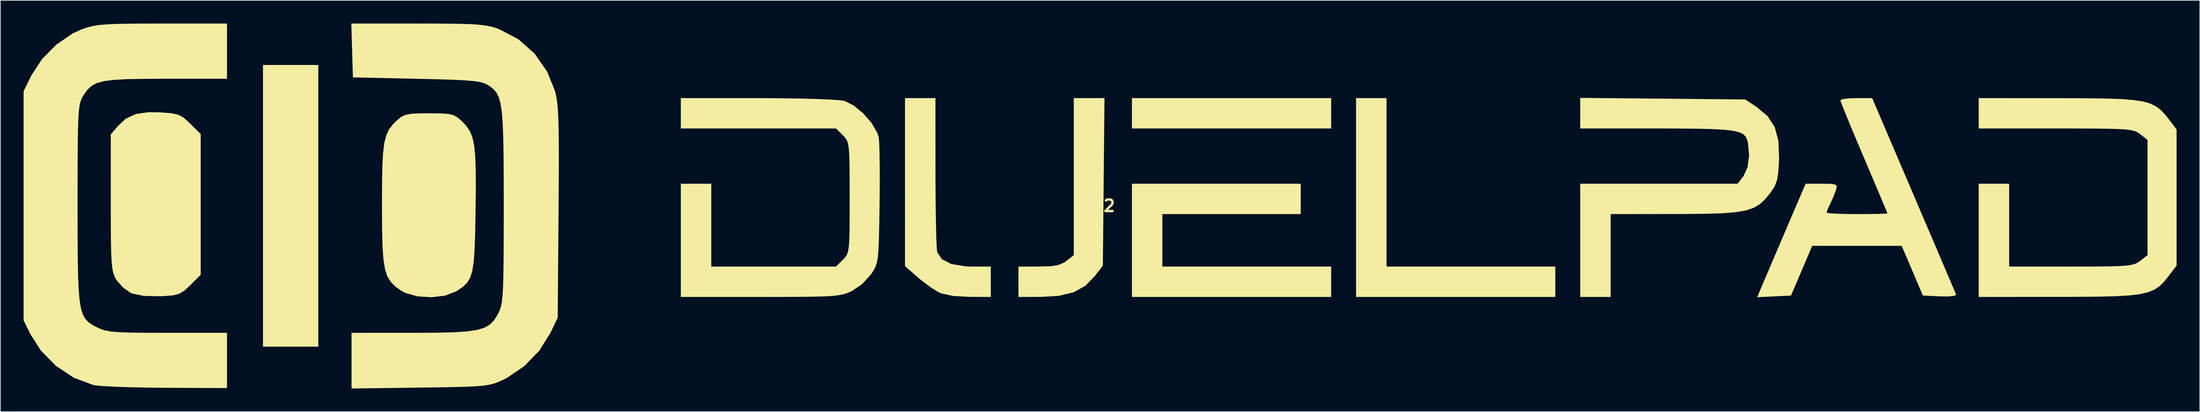
<source format=kicad_pcb>
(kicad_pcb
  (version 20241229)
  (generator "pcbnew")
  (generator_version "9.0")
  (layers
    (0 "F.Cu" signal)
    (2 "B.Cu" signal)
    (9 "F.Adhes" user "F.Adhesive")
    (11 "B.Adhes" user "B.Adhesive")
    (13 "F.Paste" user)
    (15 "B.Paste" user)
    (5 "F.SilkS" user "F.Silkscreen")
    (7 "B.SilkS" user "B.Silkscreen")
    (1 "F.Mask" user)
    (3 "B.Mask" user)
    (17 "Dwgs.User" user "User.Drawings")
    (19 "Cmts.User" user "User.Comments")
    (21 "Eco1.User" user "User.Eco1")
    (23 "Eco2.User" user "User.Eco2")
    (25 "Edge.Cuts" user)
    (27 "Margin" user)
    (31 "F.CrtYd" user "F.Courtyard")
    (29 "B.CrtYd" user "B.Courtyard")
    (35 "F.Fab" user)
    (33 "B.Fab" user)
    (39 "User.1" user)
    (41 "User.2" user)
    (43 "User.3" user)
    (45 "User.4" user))
  (footprint "dp2"
    (layer "F.Cu")
    (at 138.985 23.611)
    (property "Reference" "dp2" (at 0 0 0) (layer "F.SilkS") (effects (font (size 1.5 1.5) (thickness 0.3))))
    (attr board_only exclude_from_pos_files exclude_from_bom)
    (fp_poly (pts (xy -100.885 0) (xy -100.885 18.245) (xy -104.462 18.245) (xy -108.039 18.245) (xy -108.039 0) (xy -108.039 -18.245) (xy -104.462 -18.245) (xy -100.885 -18.245)) (stroke (width 0) (type solid)) (fill yes) (layer "F.SilkS"))
    (fp_poly (pts (xy 30.051 -11.985) (xy 30.051 -10.017) (xy 17.172 -10.017) (xy 4.293 -10.017) (xy 4.293 -11.985) (xy 4.293 -13.952) (xy 17.172 -13.952) (xy 30.051 -13.952)) (stroke (width 0) (type solid)) (fill yes) (layer "F.SilkS"))
    (fp_poly (pts (xy 37.206 -3.041) (xy 37.206 7.87) (xy 48.117 7.87) (xy 59.028 7.87) (xy 59.028 9.838) (xy 59.028 11.806) (xy 46.149 11.806) (xy 33.27 11.806) (xy 33.27 -1.073) (xy 33.27 -13.952) (xy 35.238 -13.952) (xy 37.206 -13.952)) (stroke (width 0) (type solid)) (fill yes) (layer "F.SilkS"))
    (fp_poly (pts (xy 26.115 -0.894) (xy 26.115 1.073) (xy 17.172 1.073) (xy 8.228 1.073) (xy 8.228 4.472) (xy 8.228 7.87) (xy 19.139 7.87) (xy 30.051 7.87) (xy 30.051 9.838) (xy 30.051 11.806) (xy 17.172 11.806) (xy 4.293 11.806) (xy 4.293 4.472) (xy 4.293 -2.862) (xy 15.204 -2.862) (xy 26.115 -2.862)) (stroke (width 0) (type solid)) (fill yes) (layer "F.SilkS"))
    (fp_poly (pts (xy 0.641 -3.102) (xy 0.537 7.749) (xy -0.495 9.101) (xy -1.731 10.366) (xy -3.242 11.203) (xy -5.159 11.664) (xy -7.423 11.798) (xy -10.375 11.806) (xy -10.375 9.838) (xy -10.375 7.87) (xy -7.74 7.87) (xy -6.225 7.827) (xy -5.207 7.668) (xy -4.472 7.348) (xy -4.162 7.129) (xy -3.22 6.388) (xy -3.22 -3.782) (xy -3.22 -13.952) (xy -1.237 -13.952) (xy 0.745 -13.952)) (stroke (width 0) (type solid)) (fill yes) (layer "F.SilkS"))
    (fp_poly (pts (xy -21.102 -4.382) (xy -21.093 -1.797) (xy -21.069 0.586) (xy -21.033 2.662) (xy -20.987 4.328) (xy -20.934 5.481) (xy -20.878 6.007) (xy -20.27 6.928) (xy -19.038 7.544) (xy -17.212 7.842) (xy -16.295 7.87) (xy -13.952 7.87) (xy -13.952 9.838) (xy -13.952 11.806) (xy -16.725 11.797) (xy -18.812 11.682) (xy -20.323 11.357) (xy -20.661 11.216) (xy -21.591 10.649) (xy -22.727 9.813) (xy -23.433 9.226) (xy -25.042 7.81) (xy -25.042 -3.071) (xy -25.042 -13.952) (xy -23.075 -13.952) (xy -21.107 -13.952)) (stroke (width 0) (type solid)) (fill yes) (layer "F.SilkS"))
    (fp_poly (pts (xy -121.276 -12.103) (xy -119.909 -11.997) (xy -119.006 -11.806) (xy -118.314 -11.433) (xy -117.583 -10.782) (xy -117.424 -10.625) (xy -116.089 -9.289) (xy -116.089 -0.179) (xy -116.089 8.932) (xy -117.429 10.272) (xy -118.176 10.974) (xy -118.825 11.385) (xy -119.619 11.594) (xy -120.799 11.69) (xy -121.364 11.714) (xy -123.435 11.673) (xy -124.916 11.375) (xy -125.115 11.294) (xy -126.096 10.62) (xy -126.935 9.68) (xy -126.992 9.59) (xy -127.217 9.178) (xy -127.39 8.71) (xy -127.517 8.091) (xy -127.606 7.227) (xy -127.664 6.022) (xy -127.696 4.381) (xy -127.711 2.21) (xy -127.714 -0.42) (xy -127.715 -9.247) (xy -126.828 -10.301) (xy -125.753 -11.302) (xy -124.476 -11.892) (xy -122.827 -12.126)) (stroke (width 0) (type solid)) (fill yes) (layer "F.SilkS"))
    (fp_poly (pts (xy 72.918 -13.878) (xy 83.588 -13.773) (xy 85.074 -12.789) (xy 86.48 -11.609) (xy 87.393 -10.195) (xy 87.868 -8.416) (xy 87.959 -6.141) (xy 87.951 -5.911) (xy 87.856 -4.371) (xy 87.689 -3.318) (xy 87.388 -2.523) (xy 86.89 -1.758) (xy 86.795 -1.632) (xy 86.146 -0.843) (xy 85.481 -0.224) (xy 84.706 0.244) (xy 83.727 0.584) (xy 82.45 0.815) (xy 80.78 0.958) (xy 78.624 1.033) (xy 75.887 1.062) (xy 74.501 1.065) (xy 66.183 1.073) (xy 66.183 6.439) (xy 66.183 11.806) (xy 64.215 11.806) (xy 62.248 11.806) (xy 62.248 4.472) (xy 62.248 -2.862) (xy 72.418 -2.862) (xy 82.588 -2.862) (xy 83.329 -3.805) (xy 83.867 -4.963) (xy 84.079 -6.498) (xy 83.933 -8.132) (xy 83.856 -8.453) (xy 83.686 -8.889) (xy 83.384 -9.237) (xy 82.875 -9.505) (xy 82.085 -9.705) (xy 80.939 -9.846) (xy 79.36 -9.937) (xy 77.276 -9.989) (xy 74.609 -10.013) (xy 72.069 -10.017) (xy 62.248 -10.017) (xy 62.248 -12) (xy 62.248 -13.982)) (stroke (width 0) (type solid)) (fill yes) (layer "F.SilkS"))
    (fp_poly (pts (xy -85.033 -11.97) (xy -84.02 -11.897) (xy -83.34 -11.716) (xy -82.8 -11.38) (xy -82.297 -10.926) (xy -81.727 -10.32) (xy -81.287 -9.663) (xy -80.962 -8.861) (xy -80.737 -7.817) (xy -80.599 -6.436) (xy -80.533 -4.623) (xy -80.523 -2.283) (xy -80.555 0.554) (xy -80.604 3.347) (xy -80.674 5.521) (xy -80.788 7.171) (xy -80.969 8.395) (xy -81.24 9.286) (xy -81.626 9.943) (xy -82.148 10.461) (xy -82.83 10.935) (xy -83.106 11.106) (xy -84.515 11.639) (xy -86.262 11.844) (xy -88.062 11.728) (xy -89.632 11.293) (xy -90.189 10.994) (xy -90.938 10.447) (xy -91.519 9.867) (xy -91.952 9.158) (xy -92.26 8.225) (xy -92.463 6.971) (xy -92.582 5.302) (xy -92.639 3.122) (xy -92.656 0.335) (xy -92.656 -0.101) (xy -92.646 -2.943) (xy -92.603 -5.168) (xy -92.509 -6.876) (xy -92.348 -8.166) (xy -92.102 -9.136) (xy -91.753 -9.885) (xy -91.283 -10.513) (xy -90.706 -11.09) (xy -90.171 -11.525) (xy -89.593 -11.79) (xy -88.785 -11.928) (xy -87.559 -11.979) (xy -86.569 -11.985)) (stroke (width 0) (type solid)) (fill yes) (layer "F.SilkS"))
    (fp_poly (pts (xy 124.049 -13.944) (xy 127.346 -13.935) (xy 130.01 -13.902) (xy 132.127 -13.83) (xy 133.777 -13.702) (xy 135.046 -13.504) (xy 136.016 -13.219) (xy 136.77 -12.831) (xy 137.393 -12.325) (xy 137.967 -11.686) (xy 138.311 -11.246) (xy 139.342 -9.894) (xy 139.342 -1.073) (xy 139.342 7.747) (xy 138.311 9.1) (xy 137.727 9.825) (xy 137.143 10.406) (xy 136.475 10.861) (xy 135.64 11.203) (xy 134.555 11.45) (xy 133.137 11.617) (xy 131.301 11.719) (xy 128.965 11.773) (xy 126.045 11.794) (xy 124.049 11.798) (xy 113.763 11.806) (xy 113.763 4.472) (xy 113.763 -2.862) (xy 115.731 -2.862) (xy 117.699 -2.862) (xy 117.699 2.504) (xy 117.699 7.87) (xy 125.7 7.87) (xy 128.305 7.867) (xy 130.293 7.851) (xy 131.761 7.815) (xy 132.809 7.75) (xy 133.534 7.648) (xy 134.034 7.502) (xy 134.408 7.302) (xy 134.643 7.129) (xy 135.586 6.388) (xy 135.586 -1.073) (xy 135.586 -8.534) (xy 134.643 -9.275) (xy 134.336 -9.494) (xy 133.977 -9.664) (xy 133.481 -9.793) (xy 132.761 -9.886) (xy 131.732 -9.949) (xy 130.307 -9.988) (xy 128.401 -10.008) (xy 125.928 -10.016) (xy 123.732 -10.017) (xy 113.763 -10.017) (xy 113.763 -11.985) (xy 113.763 -13.952)) (stroke (width 0) (type solid)) (fill yes) (layer "F.SilkS"))
    (fp_poly (pts (xy 99.99 -13.95) (xy 105.356 -1.377) (xy 106.559 1.443) (xy 107.675 4.058) (xy 108.671 6.396) (xy 109.517 8.383) (xy 110.181 9.944) (xy 110.633 11.008) (xy 110.839 11.498) (xy 110.848 11.519) (xy 110.592 11.67) (xy 109.8 11.746) (xy 108.761 11.734) (xy 106.548 11.627) (xy 105.176 8.407) (xy 103.803 5.187) (xy 98.023 5.187) (xy 92.242 5.187) (xy 90.869 8.407) (xy 89.497 11.627) (xy 87.308 11.734) (xy 85.12 11.84) (xy 85.618 10.66) (xy 85.916 9.957) (xy 86.441 8.726) (xy 87.136 7.095) (xy 87.946 5.194) (xy 88.75 3.309) (xy 91.384 -2.862) (xy 93.475 -2.862) (xy 94.638 -2.845) (xy 95.234 -2.75) (xy 95.412 -2.513) (xy 95.322 -2.068) (xy 95.318 -2.057) (xy 94.964 -1.122) (xy 94.579 -0.286) (xy 94.23 0.458) (xy 94.087 0.877) (xy 94.421 0.956) (xy 95.326 1.019) (xy 96.657 1.061) (xy 98.023 1.073) (xy 99.604 1.066) (xy 100.882 1.045) (xy 101.712 1.014) (xy 101.958 0.983) (xy 101.824 0.643) (xy 101.45 -0.26) (xy 100.875 -1.628) (xy 100.141 -3.366) (xy 99.288 -5.377) (xy 98.917 -6.25) (xy 98.025 -8.358) (xy 97.236 -10.246) (xy 96.591 -11.813) (xy 96.132 -12.961) (xy 95.897 -13.589) (xy 95.876 -13.673) (xy 96.2 -13.823) (xy 97.04 -13.924) (xy 97.933 -13.951)) (stroke (width 0) (type solid)) (fill yes) (layer "F.SilkS"))
    (fp_poly (pts (xy -44.092 -13.95) (xy -41.339 -13.937) (xy -38.802 -13.899) (xy -36.581 -13.842) (xy -34.779 -13.767) (xy -33.497 -13.678) (xy -32.864 -13.587) (xy -31.67 -12.991) (xy -30.43 -11.96) (xy -29.343 -10.705) (xy -28.61 -9.438) (xy -28.441 -8.886) (xy -28.379 -8.174) (xy -28.335 -6.873) (xy -28.309 -5.112) (xy -28.304 -3.019) (xy -28.322 -0.72) (xy -28.329 -0.151) (xy -28.369 2.355) (xy -28.411 4.253) (xy -28.468 5.651) (xy -28.554 6.656) (xy -28.681 7.375) (xy -28.862 7.916) (xy -29.109 8.386) (xy -29.401 8.838) (xy -30.6 10.161) (xy -31.929 11.047) (xy -32.42 11.268) (xy -32.932 11.441) (xy -33.555 11.573) (xy -34.38 11.669) (xy -35.494 11.734) (xy -36.989 11.774) (xy -38.954 11.796) (xy -41.478 11.804) (xy -43.758 11.806) (xy -54.02 11.806) (xy -54.02 4.472) (xy -54.02 -2.862) (xy -52.052 -2.862) (xy -50.085 -2.862) (xy -50.085 2.504) (xy -50.085 7.87) (xy -42.019 7.87) (xy -33.953 7.87) (xy -33.075 6.992) (xy -32.778 6.678) (xy -32.556 6.344) (xy -32.4 5.887) (xy -32.297 5.203) (xy -32.237 4.19) (xy -32.207 2.744) (xy -32.198 0.76) (xy -32.197 -1.073) (xy -32.199 -3.511) (xy -32.213 -5.337) (xy -32.25 -6.654) (xy -32.321 -7.566) (xy -32.437 -8.177) (xy -32.61 -8.59) (xy -32.851 -8.908) (xy -33.075 -9.139) (xy -33.953 -10.017) (xy -43.987 -10.017) (xy -54.02 -10.017) (xy -54.02 -11.985) (xy -54.02 -13.952)) (stroke (width 0) (type solid)) (fill yes) (layer "F.SilkS"))
    (fp_poly (pts (xy -112.69 -20.034) (xy -112.69 -16.456) (xy -120.578 -16.456) (xy -123.43 -16.447) (xy -125.659 -16.404) (xy -127.36 -16.309) (xy -128.626 -16.143) (xy -129.551 -15.885) (xy -130.226 -15.516) (xy -130.747 -15.016) (xy -131.207 -14.366) (xy -131.307 -14.203) (xy -131.491 -13.866) (xy -131.64 -13.472) (xy -131.757 -12.945) (xy -131.846 -12.209) (xy -131.911 -11.189) (xy -131.956 -9.81) (xy -131.984 -7.997) (xy -132 -5.673) (xy -132.006 -2.765) (xy -132.007 -0.233) (xy -132.005 3.396) (xy -131.989 6.379) (xy -131.949 8.787) (xy -131.874 10.691) (xy -131.753 12.16) (xy -131.573 13.264) (xy -131.325 14.075) (xy -130.997 14.662) (xy -130.578 15.096) (xy -130.056 15.446) (xy -129.469 15.759) (xy -128.951 15.992) (xy -128.366 16.167) (xy -127.606 16.292) (xy -126.567 16.375) (xy -125.142 16.425) (xy -123.225 16.449) (xy -120.71 16.456) (xy -120.396 16.456) (xy -112.69 16.456) (xy -112.69 20.034) (xy -112.69 23.611) (xy -120.65 23.575) (xy -123.052 23.551) (xy -125.289 23.502) (xy -127.235 23.434) (xy -128.765 23.351) (xy -129.752 23.258) (xy -129.957 23.222) (xy -132.475 22.28) (xy -134.791 20.748) (xy -136.754 18.747) (xy -138.099 16.635) (xy -138.985 14.846) (xy -138.985 0) (xy -138.985 -14.846) (xy -137.983 -16.887) (xy -136.611 -18.997) (xy -134.759 -20.875) (xy -132.634 -22.331) (xy -131.441 -22.877) (xy -130.75 -23.114) (xy -130.036 -23.294) (xy -129.192 -23.425) (xy -128.11 -23.514) (xy -126.683 -23.57) (xy -124.803 -23.6) (xy -122.363 -23.61) (xy -121.084 -23.611) (xy -112.69 -23.611)) (stroke (width 0) (type solid)) (fill yes) (layer "F.SilkS"))
    (fp_poly (pts (xy -85.27 -23.606) (xy -83.118 -23.586) (xy -81.471 -23.543) (xy -80.225 -23.471) (xy -79.275 -23.362) (xy -78.516 -23.21) (xy -77.842 -23.007) (xy -77.555 -22.903) (xy -75.04 -21.592) (xy -72.933 -19.727) (xy -71.306 -17.39) (xy -70.307 -14.935) (xy -70.155 -14.329) (xy -70.033 -13.62) (xy -69.938 -12.731) (xy -69.87 -11.586) (xy -69.824 -10.11) (xy -69.8 -8.225) (xy -69.794 -5.855) (xy -69.805 -2.926) (xy -69.829 0.64) (xy -69.83 0.785) (xy -69.939 14.489) (xy -70.868 16.456) (xy -72.318 18.768) (xy -74.281 20.791) (xy -76.563 22.33) (xy -76.915 22.504) (xy -77.547 22.792) (xy -78.137 23.015) (xy -78.788 23.182) (xy -79.6 23.304) (xy -80.678 23.39) (xy -82.122 23.451) (xy -84.035 23.495) (xy -86.519 23.533) (xy -87.737 23.549) (xy -96.592 23.666) (xy -96.592 20.061) (xy -96.592 16.456) (xy -88.733 16.456) (xy -85.793 16.443) (xy -83.478 16.39) (xy -81.698 16.276) (xy -80.364 16.08) (xy -79.387 15.781) (xy -78.675 15.36) (xy -78.139 14.795) (xy -77.69 14.065) (xy -77.596 13.883) (xy -77.414 13.485) (xy -77.268 13.023) (xy -77.153 12.421) (xy -77.067 11.602) (xy -77.004 10.487) (xy -76.961 9) (xy -76.935 7.064) (xy -76.921 4.599) (xy -76.916 1.531) (xy -76.915 0.003) (xy -76.919 -3.583) (xy -76.937 -6.524) (xy -76.979 -8.894) (xy -77.052 -10.762) (xy -77.168 -12.201) (xy -77.334 -13.283) (xy -77.56 -14.079) (xy -77.856 -14.66) (xy -78.23 -15.099) (xy -78.691 -15.466) (xy -78.926 -15.624) (xy -79.327 -15.838) (xy -79.861 -16.007) (xy -80.623 -16.137) (xy -81.709 -16.238) (xy -83.213 -16.318) (xy -85.232 -16.385) (xy -87.861 -16.45) (xy -88.167 -16.456) (xy -96.413 -16.635) (xy -96.515 -20.123) (xy -96.617 -23.611) (xy -88.032 -23.611)) (stroke (width 0) (type solid)) (fill yes) (layer "F.SilkS")))
  (gr_rect
    (start -3 -3)
    (end 281.327 50.278)
    (stroke (width 0.1) (type default))
    (fill no)
    (layer "Edge.Cuts")))
</source>
